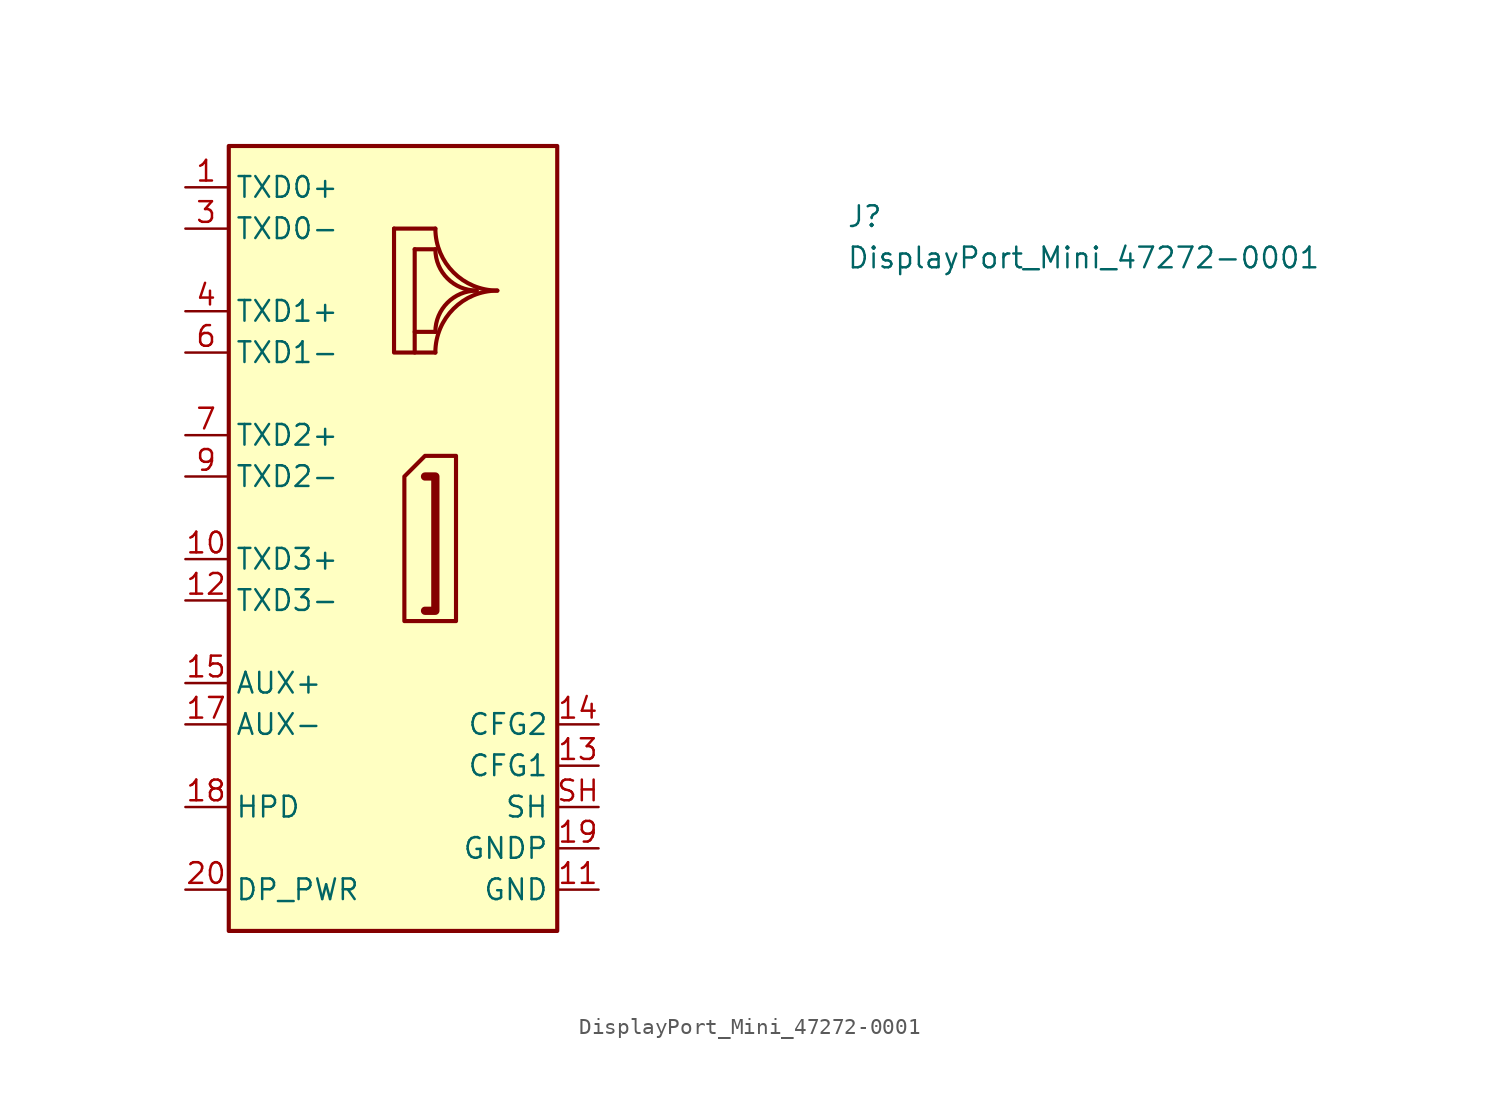
<source format=kicad_sym>
(kicad_symbol_lib
  (version 20211014)
  (generator kicad_symbol_editor)
  (symbol "DisplayPort_Mini_47272-0001"
    (property "Reference" "J"
      (at 40.64 -2.54 0)
      (effects (font (size 1.27 1.27) (thickness 0.15)) (justify left bottom)))
    (property "Value" "DisplayPort_Mini_47272-0001"
      (at 40.64 -5.08 0)
      (effects (font (size 1.27 1.27) (thickness 0.15)) (justify left bottom)))
    (symbol "DisplayPort_Mini_47272-0001_1_1"
      (polyline (pts (xy 12.827 -2.54) (xy 15.367 -2.54)) (stroke (width 0.254) (type default) (color 0 0 0 0)) (fill (type background)))
      (polyline (pts (xy 14.097 -3.81) (xy 14.097 -10.16)) (stroke (width 0.254) (type default) (color 0 0 0 0)) (fill (type background)))
      (polyline (pts (xy 15.367 -8.89) (xy 14.097 -8.89)) (stroke (width 0.254) (type default) (color 0 0 0 0)) (fill (type background)))
      (polyline (pts (xy 15.367 -3.81) (xy 14.097 -3.81)) (stroke (width 0.254) (type default) (color 0 0 0 0)) (fill (type background)))
      (polyline (pts (xy 12.827 -2.54) (xy 12.827 -10.16) (xy 15.367 -10.16)) (stroke (width 0.254) (type default) (color 0 0 0 0)) (fill (type background)))
      (polyline (pts (xy 14.732 -26.035) (xy 15.367 -26.035) (xy 15.367 -17.78) (xy 14.732 -17.78)) (stroke (width 0.508) (type default) (color 0 0 0 0)) (fill (type background)))
      (polyline (pts (xy 13.462 -17.78) (xy 14.732 -16.51) (xy 16.637 -16.51) (xy 16.637 -26.67) (xy 13.462 -26.67) (xy 13.462 -17.78)) (stroke (width 0.254) (type default) (color 0 0 0 0)) (fill (type background)))
      (rectangle (start 2.667 2.54) (end 22.86 -45.72) (stroke (width 0.254) (type default) (color 0 0 0 0)) (fill (type background)))
      (arc (start 15.367 -3.81) (mid 13.5709 -8.1461) (end 17.907 -6.35) (stroke (width 0.254) (type default) (color 0 0 0 0)) (fill (type background)))
      (arc (start 15.367 -2.54) (mid 12.6729 -9.0441) (end 19.177 -6.35) (stroke (width 0.254) (type default) (color 0 0 0 0)) (fill (type background)))
      (arc (start 17.907 -6.35) (mid 13.5709 -4.5539) (end 15.367 -8.89) (stroke (width 0.254) (type default) (color 0 0 0 0)) (fill (type background)))
      (arc (start 19.177 -6.35) (mid 12.6729 -3.6559) (end 15.367 -10.16) (stroke (width 0.254) (type default) (color 0 0 0 0)) (fill (type background)))
      (pin input line (at 0 0 0) (length 2.54) (name "TXD0+" (effects (font (size 1.27 1.27)))) (number "1" (effects (font (size 1.27 1.27)))))
      (pin input line (at 0 -22.86 0) (length 2.54) (name "TXD3+" (effects (font (size 1.27 1.27)))) (number "10" (effects (font (size 1.27 1.27)))))
      (pin power_in line (at 25.4 -43.18 180) (length 2.54) (name "GND" (effects (font (size 1.27 1.27)))) (number "11" (effects (font (size 1.27 1.27)))))
      (pin input line (at 0 -25.4 0) (length 2.54) (name "TXD3-" (effects (font (size 1.27 1.27)))) (number "12" (effects (font (size 1.27 1.27)))))
      (pin passive line (at 25.4 -35.56 180) (length 2.54) (name "CFG1" (effects (font (size 1.27 1.27)))) (number "13" (effects (font (size 1.27 1.27)))))
      (pin passive line (at 25.4 -33.02 180) (length 2.54) (name "CFG2" (effects (font (size 1.27 1.27)))) (number "14" (effects (font (size 1.27 1.27)))))
      (pin bidirectional line (at 0 -30.48 0) (length 2.54) (name "AUX+" (effects (font (size 1.27 1.27)))) (number "15" (effects (font (size 1.27 1.27)))))
      (pin passive line (at 25.4 -43.18 180) (length 2.54) hide (name "GND" (effects (font (size 1.27 1.27)))) (number "16" (effects (font (size 1.27 1.27)))))
      (pin bidirectional line (at 0 -33.02 0) (length 2.54) (name "AUX-" (effects (font (size 1.27 1.27)))) (number "17" (effects (font (size 1.27 1.27)))))
      (pin output line (at 0 -38.1 0) (length 2.54) (name "HPD" (effects (font (size 1.27 1.27)))) (number "18" (effects (font (size 1.27 1.27)))))
      (pin power_in line (at 25.4 -40.64 180) (length 2.54) (name "GNDP" (effects (font (size 1.27 1.27)))) (number "19" (effects (font (size 1.27 1.27)))))
      (pin passive line (at 25.4 -43.18 180) (length 2.54) hide (name "GND" (effects (font (size 1.27 1.27)))) (number "2" (effects (font (size 1.27 1.27)))))
      (pin power_in line (at 0 -43.18 0) (length 2.54) (name "DP_PWR" (effects (font (size 1.27 1.27)))) (number "20" (effects (font (size 1.27 1.27)))))
      (pin input line (at 0 -2.54 0) (length 2.54) (name "TXD0-" (effects (font (size 1.27 1.27)))) (number "3" (effects (font (size 1.27 1.27)))))
      (pin input line (at 0 -7.62 0) (length 2.54) (name "TXD1+" (effects (font (size 1.27 1.27)))) (number "4" (effects (font (size 1.27 1.27)))))
      (pin passive line (at 25.4 -43.18 180) (length 2.54) hide (name "GND" (effects (font (size 1.27 1.27)))) (number "5" (effects (font (size 1.27 1.27)))))
      (pin input line (at 0 -10.16 0) (length 2.54) (name "TXD1-" (effects (font (size 1.27 1.27)))) (number "6" (effects (font (size 1.27 1.27)))))
      (pin input line (at 0 -15.24 0) (length 2.54) (name "TXD2+" (effects (font (size 1.27 1.27)))) (number "7" (effects (font (size 1.27 1.27)))))
      (pin passive line (at 25.4 -43.18 180) (length 2.54) hide (name "GND" (effects (font (size 1.27 1.27)))) (number "8" (effects (font (size 1.27 1.27)))))
      (pin input line (at 0 -17.78 0) (length 2.54) (name "TXD2-" (effects (font (size 1.27 1.27)))) (number "9" (effects (font (size 1.27 1.27)))))
      (pin passive line (at 25.4 -38.1 180) (length 2.54) (name "SH" (effects (font (size 1.27 1.27)))) (number "SH" (effects (font (size 1.27 1.27))))))))
</source>
